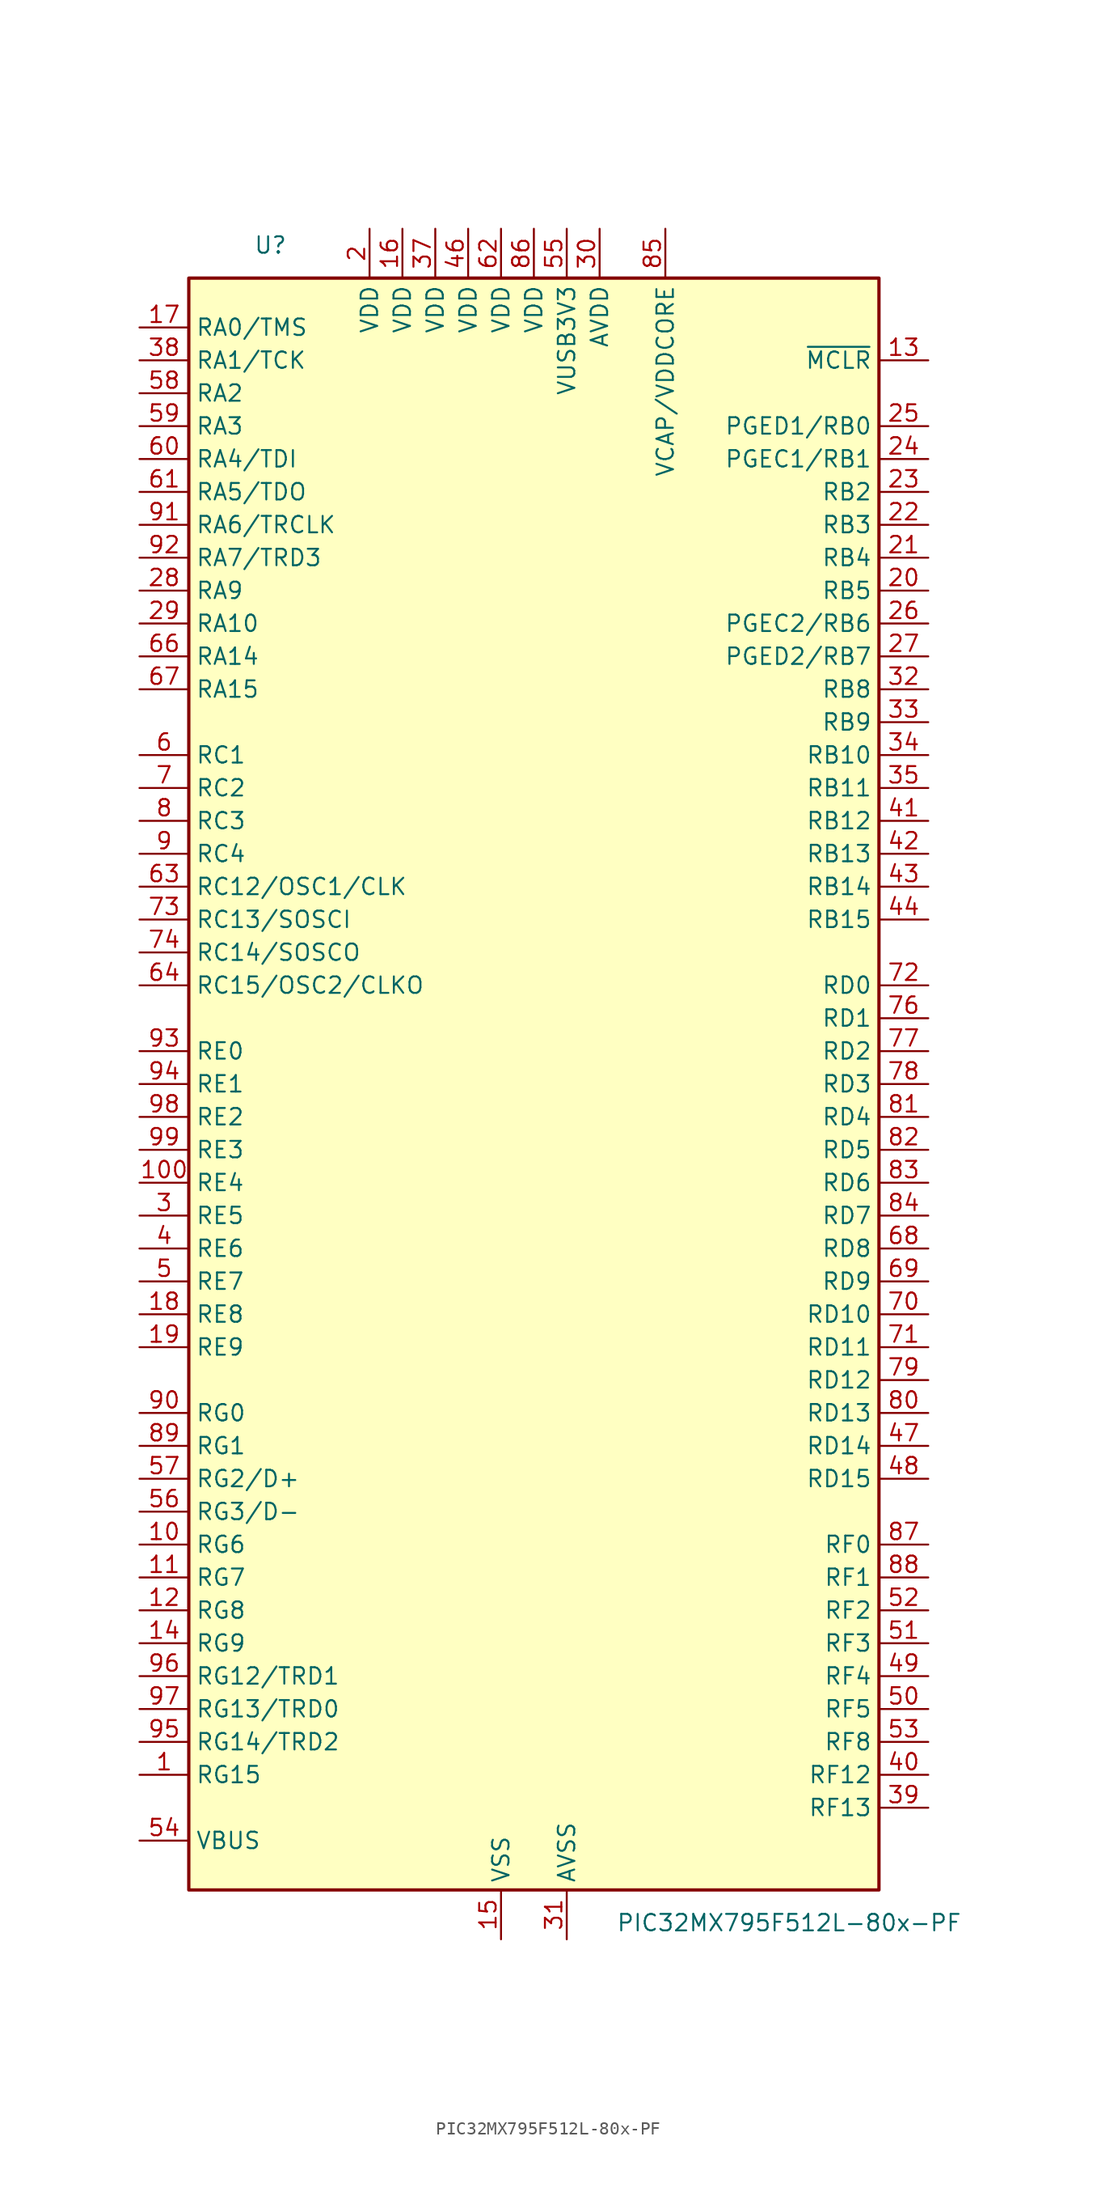
<source format=kicad_sym>
(kicad_symbol_lib
  (version 20231120)
  (generator "kicad_symbol_editor")
  (generator_version "8.0")
  (symbol "PIC32MX795F512L-80x-PF"
    (property "Reference" "U"
      (at -19.05 64.77 0)
      (effects (font (size 1.27 1.27)) (justify right)))
    (property "Value" "PIC32MX795F512L-80x-PF"
      (at 6.35 -64.77 0)
      (effects (font (size 1.27 1.27)) (justify left)))
    (symbol "PIC32MX795F512L-80x-PF_0_1"
      (rectangle (start -26.67 62.23) (end 26.67 -62.23) (stroke (width 0.254) (type default)) (fill (type background))))
    (symbol "PIC32MX795F512L-80x-PF_1_1"
      (pin bidirectional line (at -30.48 -53.34 0) (length 3.81) (name "RG15" (effects (font (size 1.27 1.27)))) (number "1" (effects (font (size 1.27 1.27)))))
      (pin bidirectional line (at -30.48 -35.56 0) (length 3.81) (name "RG6" (effects (font (size 1.27 1.27)))) (number "10" (effects (font (size 1.27 1.27)))))
      (pin bidirectional line (at -30.48 -7.62 0) (length 3.81) (name "RE4" (effects (font (size 1.27 1.27)))) (number "100" (effects (font (size 1.27 1.27)))))
      (pin bidirectional line (at -30.48 -38.1 0) (length 3.81) (name "RG7" (effects (font (size 1.27 1.27)))) (number "11" (effects (font (size 1.27 1.27)))))
      (pin bidirectional line (at -30.48 -40.64 0) (length 3.81) (name "RG8" (effects (font (size 1.27 1.27)))) (number "12" (effects (font (size 1.27 1.27)))))
      (pin input line (at 30.48 55.88 180) (length 3.81) (name "~{MCLR}" (effects (font (size 1.27 1.27)))) (number "13" (effects (font (size 1.27 1.27)))))
      (pin bidirectional line (at -30.48 -43.18 0) (length 3.81) (name "RG9" (effects (font (size 1.27 1.27)))) (number "14" (effects (font (size 1.27 1.27)))))
      (pin power_in line (at -2.54 -66.04 90) (length 3.81) (name "VSS" (effects (font (size 1.27 1.27)))) (number "15" (effects (font (size 1.27 1.27)))))
      (pin power_in line (at -10.16 66.04 270) (length 3.81) (name "VDD" (effects (font (size 1.27 1.27)))) (number "16" (effects (font (size 1.27 1.27)))))
      (pin bidirectional line (at -30.48 58.42 0) (length 3.81) (name "RA0/TMS" (effects (font (size 1.27 1.27)))) (number "17" (effects (font (size 1.27 1.27)))))
      (pin bidirectional line (at -30.48 -17.78 0) (length 3.81) (name "RE8" (effects (font (size 1.27 1.27)))) (number "18" (effects (font (size 1.27 1.27)))))
      (pin bidirectional line (at -30.48 -20.32 0) (length 3.81) (name "RE9" (effects (font (size 1.27 1.27)))) (number "19" (effects (font (size 1.27 1.27)))))
      (pin power_in line (at -12.7 66.04 270) (length 3.81) (name "VDD" (effects (font (size 1.27 1.27)))) (number "2" (effects (font (size 1.27 1.27)))))
      (pin bidirectional line (at 30.48 38.1 180) (length 3.81) (name "RB5" (effects (font (size 1.27 1.27)))) (number "20" (effects (font (size 1.27 1.27)))))
      (pin bidirectional line (at 30.48 40.64 180) (length 3.81) (name "RB4" (effects (font (size 1.27 1.27)))) (number "21" (effects (font (size 1.27 1.27)))))
      (pin bidirectional line (at 30.48 43.18 180) (length 3.81) (name "RB3" (effects (font (size 1.27 1.27)))) (number "22" (effects (font (size 1.27 1.27)))))
      (pin bidirectional line (at 30.48 45.72 180) (length 3.81) (name "RB2" (effects (font (size 1.27 1.27)))) (number "23" (effects (font (size 1.27 1.27)))))
      (pin bidirectional line (at 30.48 48.26 180) (length 3.81) (name "PGEC1/RB1" (effects (font (size 1.27 1.27)))) (number "24" (effects (font (size 1.27 1.27)))))
      (pin bidirectional line (at 30.48 50.8 180) (length 3.81) (name "PGED1/RB0" (effects (font (size 1.27 1.27)))) (number "25" (effects (font (size 1.27 1.27)))))
      (pin bidirectional line (at 30.48 35.56 180) (length 3.81) (name "PGEC2/RB6" (effects (font (size 1.27 1.27)))) (number "26" (effects (font (size 1.27 1.27)))))
      (pin bidirectional line (at 30.48 33.02 180) (length 3.81) (name "PGED2/RB7" (effects (font (size 1.27 1.27)))) (number "27" (effects (font (size 1.27 1.27)))))
      (pin bidirectional line (at -30.48 38.1 0) (length 3.81) (name "RA9" (effects (font (size 1.27 1.27)))) (number "28" (effects (font (size 1.27 1.27)))))
      (pin bidirectional line (at -30.48 35.56 0) (length 3.81) (name "RA10" (effects (font (size 1.27 1.27)))) (number "29" (effects (font (size 1.27 1.27)))))
      (pin bidirectional line (at -30.48 -10.16 0) (length 3.81) (name "RE5" (effects (font (size 1.27 1.27)))) (number "3" (effects (font (size 1.27 1.27)))))
      (pin power_in line (at 5.08 66.04 270) (length 3.81) (name "AVDD" (effects (font (size 1.27 1.27)))) (number "30" (effects (font (size 1.27 1.27)))))
      (pin power_in line (at 2.54 -66.04 90) (length 3.81) (name "AVSS" (effects (font (size 1.27 1.27)))) (number "31" (effects (font (size 1.27 1.27)))))
      (pin bidirectional line (at 30.48 30.48 180) (length 3.81) (name "RB8" (effects (font (size 1.27 1.27)))) (number "32" (effects (font (size 1.27 1.27)))))
      (pin bidirectional line (at 30.48 27.94 180) (length 3.81) (name "RB9" (effects (font (size 1.27 1.27)))) (number "33" (effects (font (size 1.27 1.27)))))
      (pin bidirectional line (at 30.48 25.4 180) (length 3.81) (name "RB10" (effects (font (size 1.27 1.27)))) (number "34" (effects (font (size 1.27 1.27)))))
      (pin bidirectional line (at 30.48 22.86 180) (length 3.81) (name "RB11" (effects (font (size 1.27 1.27)))) (number "35" (effects (font (size 1.27 1.27)))))
      (pin passive line (at -2.54 -66.04 90) (length 3.81) hide (name "VSS" (effects (font (size 1.27 1.27)))) (number "36" (effects (font (size 1.27 1.27)))))
      (pin power_in line (at -7.62 66.04 270) (length 3.81) (name "VDD" (effects (font (size 1.27 1.27)))) (number "37" (effects (font (size 1.27 1.27)))))
      (pin bidirectional line (at -30.48 55.88 0) (length 3.81) (name "RA1/TCK" (effects (font (size 1.27 1.27)))) (number "38" (effects (font (size 1.27 1.27)))))
      (pin bidirectional line (at 30.48 -55.88 180) (length 3.81) (name "RF13" (effects (font (size 1.27 1.27)))) (number "39" (effects (font (size 1.27 1.27)))))
      (pin bidirectional line (at -30.48 -12.7 0) (length 3.81) (name "RE6" (effects (font (size 1.27 1.27)))) (number "4" (effects (font (size 1.27 1.27)))))
      (pin bidirectional line (at 30.48 -53.34 180) (length 3.81) (name "RF12" (effects (font (size 1.27 1.27)))) (number "40" (effects (font (size 1.27 1.27)))))
      (pin bidirectional line (at 30.48 20.32 180) (length 3.81) (name "RB12" (effects (font (size 1.27 1.27)))) (number "41" (effects (font (size 1.27 1.27)))))
      (pin bidirectional line (at 30.48 17.78 180) (length 3.81) (name "RB13" (effects (font (size 1.27 1.27)))) (number "42" (effects (font (size 1.27 1.27)))))
      (pin bidirectional line (at 30.48 15.24 180) (length 3.81) (name "RB14" (effects (font (size 1.27 1.27)))) (number "43" (effects (font (size 1.27 1.27)))))
      (pin bidirectional line (at 30.48 12.7 180) (length 3.81) (name "RB15" (effects (font (size 1.27 1.27)))) (number "44" (effects (font (size 1.27 1.27)))))
      (pin passive line (at -2.54 -66.04 90) (length 3.81) hide (name "VSS" (effects (font (size 1.27 1.27)))) (number "45" (effects (font (size 1.27 1.27)))))
      (pin power_in line (at -5.08 66.04 270) (length 3.81) (name "VDD" (effects (font (size 1.27 1.27)))) (number "46" (effects (font (size 1.27 1.27)))))
      (pin bidirectional line (at 30.48 -27.94 180) (length 3.81) (name "RD14" (effects (font (size 1.27 1.27)))) (number "47" (effects (font (size 1.27 1.27)))))
      (pin bidirectional line (at 30.48 -30.48 180) (length 3.81) (name "RD15" (effects (font (size 1.27 1.27)))) (number "48" (effects (font (size 1.27 1.27)))))
      (pin bidirectional line (at 30.48 -45.72 180) (length 3.81) (name "RF4" (effects (font (size 1.27 1.27)))) (number "49" (effects (font (size 1.27 1.27)))))
      (pin bidirectional line (at -30.48 -15.24 0) (length 3.81) (name "RE7" (effects (font (size 1.27 1.27)))) (number "5" (effects (font (size 1.27 1.27)))))
      (pin bidirectional line (at 30.48 -48.26 180) (length 3.81) (name "RF5" (effects (font (size 1.27 1.27)))) (number "50" (effects (font (size 1.27 1.27)))))
      (pin bidirectional line (at 30.48 -43.18 180) (length 3.81) (name "RF3" (effects (font (size 1.27 1.27)))) (number "51" (effects (font (size 1.27 1.27)))))
      (pin bidirectional line (at 30.48 -40.64 180) (length 3.81) (name "RF2" (effects (font (size 1.27 1.27)))) (number "52" (effects (font (size 1.27 1.27)))))
      (pin bidirectional line (at 30.48 -50.8 180) (length 3.81) (name "RF8" (effects (font (size 1.27 1.27)))) (number "53" (effects (font (size 1.27 1.27)))))
      (pin input line (at -30.48 -58.42 0) (length 3.81) (name "VBUS" (effects (font (size 1.27 1.27)))) (number "54" (effects (font (size 1.27 1.27)))))
      (pin power_in line (at 2.54 66.04 270) (length 3.81) (name "VUSB3V3" (effects (font (size 1.27 1.27)))) (number "55" (effects (font (size 1.27 1.27)))))
      (pin bidirectional line (at -30.48 -33.02 0) (length 3.81) (name "RG3/D-" (effects (font (size 1.27 1.27)))) (number "56" (effects (font (size 1.27 1.27)))))
      (pin bidirectional line (at -30.48 -30.48 0) (length 3.81) (name "RG2/D+" (effects (font (size 1.27 1.27)))) (number "57" (effects (font (size 1.27 1.27)))))
      (pin bidirectional line (at -30.48 53.34 0) (length 3.81) (name "RA2" (effects (font (size 1.27 1.27)))) (number "58" (effects (font (size 1.27 1.27)))))
      (pin bidirectional line (at -30.48 50.8 0) (length 3.81) (name "RA3" (effects (font (size 1.27 1.27)))) (number "59" (effects (font (size 1.27 1.27)))))
      (pin bidirectional line (at -30.48 25.4 0) (length 3.81) (name "RC1" (effects (font (size 1.27 1.27)))) (number "6" (effects (font (size 1.27 1.27)))))
      (pin bidirectional line (at -30.48 48.26 0) (length 3.81) (name "RA4/TDI" (effects (font (size 1.27 1.27)))) (number "60" (effects (font (size 1.27 1.27)))))
      (pin bidirectional line (at -30.48 45.72 0) (length 3.81) (name "RA5/TDO" (effects (font (size 1.27 1.27)))) (number "61" (effects (font (size 1.27 1.27)))))
      (pin power_in line (at -2.54 66.04 270) (length 3.81) (name "VDD" (effects (font (size 1.27 1.27)))) (number "62" (effects (font (size 1.27 1.27)))))
      (pin bidirectional line (at -30.48 15.24 0) (length 3.81) (name "RC12/OSC1/CLK" (effects (font (size 1.27 1.27)))) (number "63" (effects (font (size 1.27 1.27)))))
      (pin bidirectional line (at -30.48 7.62 0) (length 3.81) (name "RC15/OSC2/CLKO" (effects (font (size 1.27 1.27)))) (number "64" (effects (font (size 1.27 1.27)))))
      (pin passive line (at -2.54 -66.04 90) (length 3.81) hide (name "VSS" (effects (font (size 1.27 1.27)))) (number "65" (effects (font (size 1.27 1.27)))))
      (pin bidirectional line (at -30.48 33.02 0) (length 3.81) (name "RA14" (effects (font (size 1.27 1.27)))) (number "66" (effects (font (size 1.27 1.27)))))
      (pin bidirectional line (at -30.48 30.48 0) (length 3.81) (name "RA15" (effects (font (size 1.27 1.27)))) (number "67" (effects (font (size 1.27 1.27)))))
      (pin bidirectional line (at 30.48 -12.7 180) (length 3.81) (name "RD8" (effects (font (size 1.27 1.27)))) (number "68" (effects (font (size 1.27 1.27)))))
      (pin bidirectional line (at 30.48 -15.24 180) (length 3.81) (name "RD9" (effects (font (size 1.27 1.27)))) (number "69" (effects (font (size 1.27 1.27)))))
      (pin bidirectional line (at -30.48 22.86 0) (length 3.81) (name "RC2" (effects (font (size 1.27 1.27)))) (number "7" (effects (font (size 1.27 1.27)))))
      (pin bidirectional line (at 30.48 -17.78 180) (length 3.81) (name "RD10" (effects (font (size 1.27 1.27)))) (number "70" (effects (font (size 1.27 1.27)))))
      (pin bidirectional line (at 30.48 -20.32 180) (length 3.81) (name "RD11" (effects (font (size 1.27 1.27)))) (number "71" (effects (font (size 1.27 1.27)))))
      (pin bidirectional line (at 30.48 7.62 180) (length 3.81) (name "RD0" (effects (font (size 1.27 1.27)))) (number "72" (effects (font (size 1.27 1.27)))))
      (pin bidirectional line (at -30.48 12.7 0) (length 3.81) (name "RC13/SOSCI" (effects (font (size 1.27 1.27)))) (number "73" (effects (font (size 1.27 1.27)))))
      (pin bidirectional line (at -30.48 10.16 0) (length 3.81) (name "RC14/SOSCO" (effects (font (size 1.27 1.27)))) (number "74" (effects (font (size 1.27 1.27)))))
      (pin passive line (at -2.54 -66.04 90) (length 3.81) hide (name "VSS" (effects (font (size 1.27 1.27)))) (number "75" (effects (font (size 1.27 1.27)))))
      (pin bidirectional line (at 30.48 5.08 180) (length 3.81) (name "RD1" (effects (font (size 1.27 1.27)))) (number "76" (effects (font (size 1.27 1.27)))))
      (pin bidirectional line (at 30.48 2.54 180) (length 3.81) (name "RD2" (effects (font (size 1.27 1.27)))) (number "77" (effects (font (size 1.27 1.27)))))
      (pin bidirectional line (at 30.48 0 180) (length 3.81) (name "RD3" (effects (font (size 1.27 1.27)))) (number "78" (effects (font (size 1.27 1.27)))))
      (pin bidirectional line (at 30.48 -22.86 180) (length 3.81) (name "RD12" (effects (font (size 1.27 1.27)))) (number "79" (effects (font (size 1.27 1.27)))))
      (pin bidirectional line (at -30.48 20.32 0) (length 3.81) (name "RC3" (effects (font (size 1.27 1.27)))) (number "8" (effects (font (size 1.27 1.27)))))
      (pin bidirectional line (at 30.48 -25.4 180) (length 3.81) (name "RD13" (effects (font (size 1.27 1.27)))) (number "80" (effects (font (size 1.27 1.27)))))
      (pin bidirectional line (at 30.48 -2.54 180) (length 3.81) (name "RD4" (effects (font (size 1.27 1.27)))) (number "81" (effects (font (size 1.27 1.27)))))
      (pin bidirectional line (at 30.48 -5.08 180) (length 3.81) (name "RD5" (effects (font (size 1.27 1.27)))) (number "82" (effects (font (size 1.27 1.27)))))
      (pin bidirectional line (at 30.48 -7.62 180) (length 3.81) (name "RD6" (effects (font (size 1.27 1.27)))) (number "83" (effects (font (size 1.27 1.27)))))
      (pin bidirectional line (at 30.48 -10.16 180) (length 3.81) (name "RD7" (effects (font (size 1.27 1.27)))) (number "84" (effects (font (size 1.27 1.27)))))
      (pin power_out line (at 10.16 66.04 270) (length 3.81) (name "VCAP/VDDCORE" (effects (font (size 1.27 1.27)))) (number "85" (effects (font (size 1.27 1.27)))))
      (pin power_in line (at 0 66.04 270) (length 3.81) (name "VDD" (effects (font (size 1.27 1.27)))) (number "86" (effects (font (size 1.27 1.27)))))
      (pin bidirectional line (at 30.48 -35.56 180) (length 3.81) (name "RF0" (effects (font (size 1.27 1.27)))) (number "87" (effects (font (size 1.27 1.27)))))
      (pin bidirectional line (at 30.48 -38.1 180) (length 3.81) (name "RF1" (effects (font (size 1.27 1.27)))) (number "88" (effects (font (size 1.27 1.27)))))
      (pin bidirectional line (at -30.48 -27.94 0) (length 3.81) (name "RG1" (effects (font (size 1.27 1.27)))) (number "89" (effects (font (size 1.27 1.27)))))
      (pin bidirectional line (at -30.48 17.78 0) (length 3.81) (name "RC4" (effects (font (size 1.27 1.27)))) (number "9" (effects (font (size 1.27 1.27)))))
      (pin bidirectional line (at -30.48 -25.4 0) (length 3.81) (name "RG0" (effects (font (size 1.27 1.27)))) (number "90" (effects (font (size 1.27 1.27)))))
      (pin bidirectional line (at -30.48 43.18 0) (length 3.81) (name "RA6/TRCLK" (effects (font (size 1.27 1.27)))) (number "91" (effects (font (size 1.27 1.27)))))
      (pin bidirectional line (at -30.48 40.64 0) (length 3.81) (name "RA7/TRD3" (effects (font (size 1.27 1.27)))) (number "92" (effects (font (size 1.27 1.27)))))
      (pin bidirectional line (at -30.48 2.54 0) (length 3.81) (name "RE0" (effects (font (size 1.27 1.27)))) (number "93" (effects (font (size 1.27 1.27)))))
      (pin bidirectional line (at -30.48 0 0) (length 3.81) (name "RE1" (effects (font (size 1.27 1.27)))) (number "94" (effects (font (size 1.27 1.27)))))
      (pin bidirectional line (at -30.48 -50.8 0) (length 3.81) (name "RG14/TRD2" (effects (font (size 1.27 1.27)))) (number "95" (effects (font (size 1.27 1.27)))))
      (pin bidirectional line (at -30.48 -45.72 0) (length 3.81) (name "RG12/TRD1" (effects (font (size 1.27 1.27)))) (number "96" (effects (font (size 1.27 1.27)))))
      (pin bidirectional line (at -30.48 -48.26 0) (length 3.81) (name "RG13/TRD0" (effects (font (size 1.27 1.27)))) (number "97" (effects (font (size 1.27 1.27)))))
      (pin bidirectional line (at -30.48 -2.54 0) (length 3.81) (name "RE2" (effects (font (size 1.27 1.27)))) (number "98" (effects (font (size 1.27 1.27)))))
      (pin bidirectional line (at -30.48 -5.08 0) (length 3.81) (name "RE3" (effects (font (size 1.27 1.27)))) (number "99" (effects (font (size 1.27 1.27))))))))
</source>
